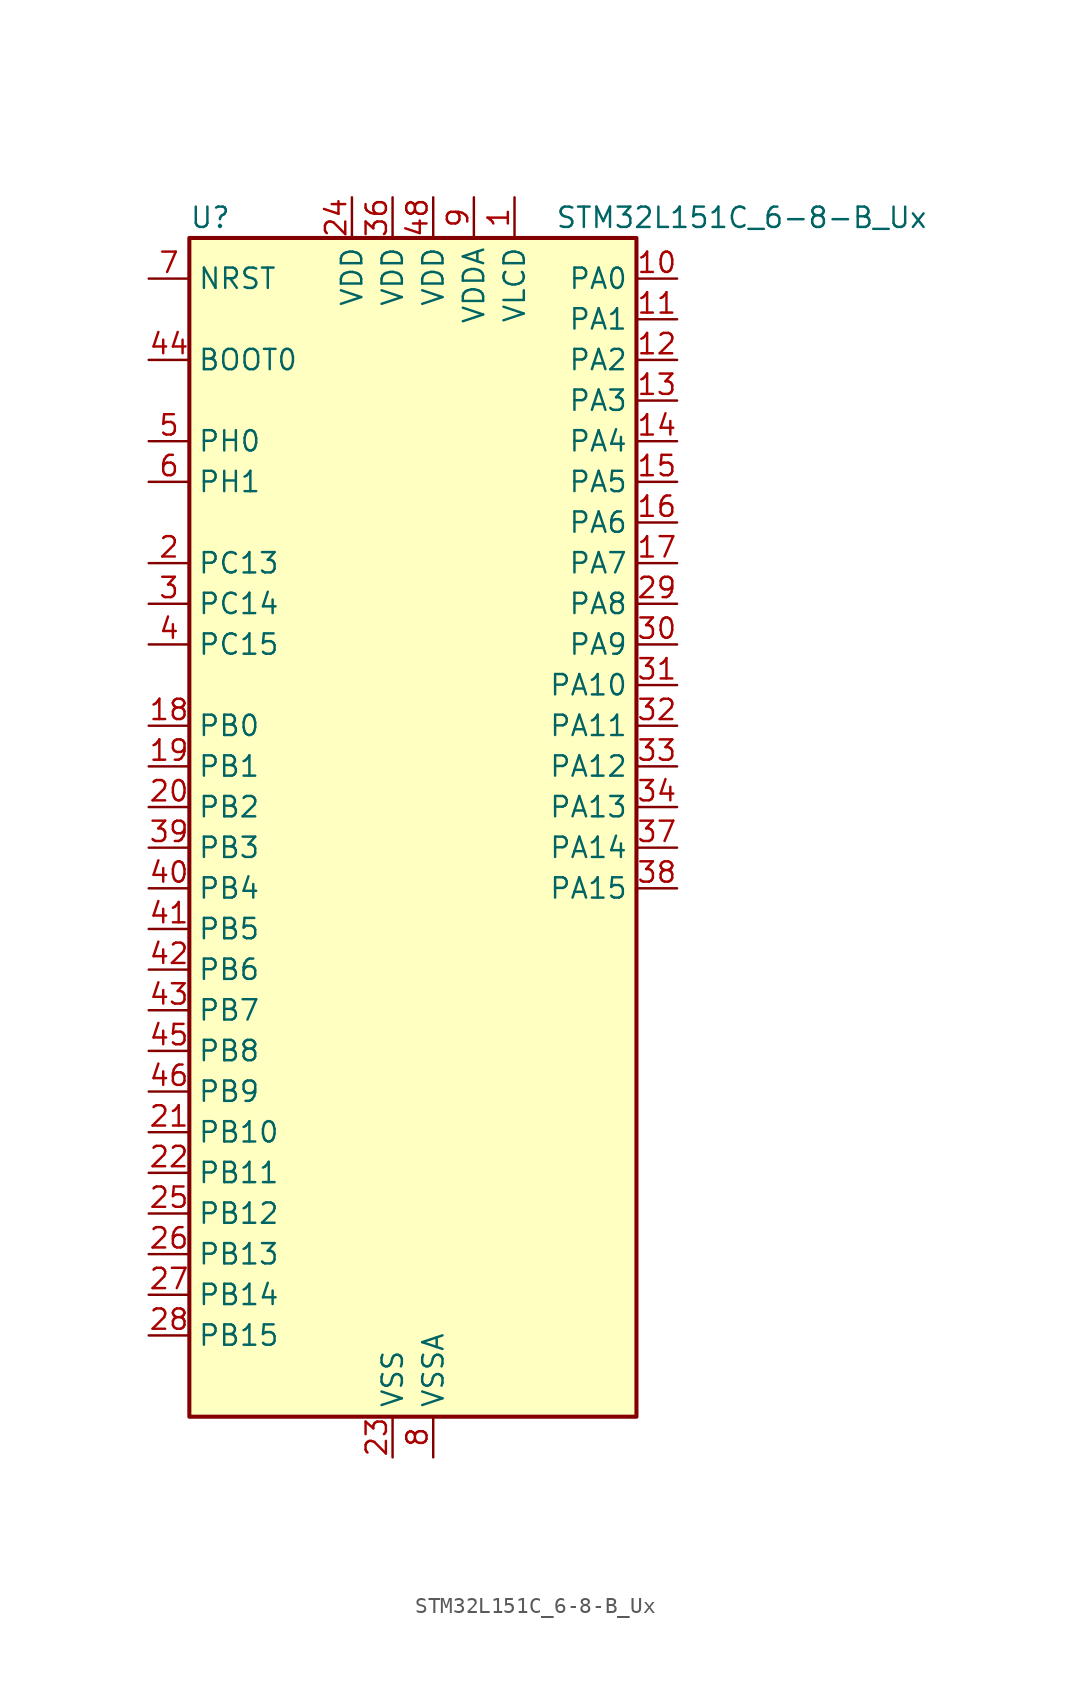
<source format=kicad_sym>
(kicad_symbol_lib
  (version 20231120)
  (generator "kicad_symbol_editor")
  (generator_version "8.0")
  (symbol "STM32L151C_6-8-B_Ux"
    (property "Reference" "U"
      (at -12.7 39.37 0)
      (effects (font (size 1.27 1.27)) (justify left)))
    (property "Value" "STM32L151C_6-8-B_Ux"
      (at 10.16 39.37 0)
      (effects (font (size 1.27 1.27)) (justify left)))
    (property "ki_locked" ""
      (at 0 0 0)
      (effects (font (size 1.27 1.27))))
    (symbol "STM32L151C_6-8-B_Ux_0_1"
      (rectangle (start -12.7 -35.56) (end 15.24 38.1) (stroke (width 0.254) (type default)) (fill (type background))))
    (symbol "STM32L151C_6-8-B_Ux_1_1"
      (pin power_in line (at 7.62 40.64 270) (length 2.54) (name "VLCD" (effects (font (size 1.27 1.27)))) (number "1" (effects (font (size 1.27 1.27)))))
      (pin bidirectional line (at 17.78 35.56 180) (length 2.54) (name "PA0" (effects (font (size 1.27 1.27)))) (number "10" (effects (font (size 1.27 1.27)))) (alternate "ADC_IN0" bidirectional line) (alternate "COMP1_INP" bidirectional line) (alternate "SYS_WKUP1" bidirectional line) (alternate "TIM2_CH1" bidirectional line) (alternate "TIM2_ETR" bidirectional line) (alternate "TIMX_IC1" bidirectional line) (alternate "TS_G1_IO1" bidirectional line) (alternate "USART2_CTS" bidirectional line))
      (pin bidirectional line (at 17.78 33.02 180) (length 2.54) (name "PA1" (effects (font (size 1.27 1.27)))) (number "11" (effects (font (size 1.27 1.27)))) (alternate "ADC_IN1" bidirectional line) (alternate "COMP1_INP" bidirectional line) (alternate "TIM2_CH2" bidirectional line) (alternate "TIMX_IC2" bidirectional line) (alternate "TS_G1_IO2" bidirectional line) (alternate "USART2_RTS" bidirectional line))
      (pin bidirectional line (at 17.78 30.48 180) (length 2.54) (name "PA2" (effects (font (size 1.27 1.27)))) (number "12" (effects (font (size 1.27 1.27)))) (alternate "ADC_IN2" bidirectional line) (alternate "COMP1_INP" bidirectional line) (alternate "TIM2_CH3" bidirectional line) (alternate "TIM9_CH1" bidirectional line) (alternate "TIMX_IC3" bidirectional line) (alternate "TS_G1_IO3" bidirectional line) (alternate "USART2_TX" bidirectional line))
      (pin bidirectional line (at 17.78 27.94 180) (length 2.54) (name "PA3" (effects (font (size 1.27 1.27)))) (number "13" (effects (font (size 1.27 1.27)))) (alternate "ADC_IN3" bidirectional line) (alternate "COMP1_INP" bidirectional line) (alternate "TIM2_CH4" bidirectional line) (alternate "TIM9_CH2" bidirectional line) (alternate "TIMX_IC4" bidirectional line) (alternate "TS_G1_IO4" bidirectional line) (alternate "USART2_RX" bidirectional line))
      (pin bidirectional line (at 17.78 25.4 180) (length 2.54) (name "PA4" (effects (font (size 1.27 1.27)))) (number "14" (effects (font (size 1.27 1.27)))) (alternate "ADC_IN4" bidirectional line) (alternate "COMP1_INP" bidirectional line) (alternate "DAC_OUT1" bidirectional line) (alternate "SPI1_NSS" bidirectional line) (alternate "TIMX_IC1" bidirectional line) (alternate "USART2_CK" bidirectional line))
      (pin bidirectional line (at 17.78 22.86 180) (length 2.54) (name "PA5" (effects (font (size 1.27 1.27)))) (number "15" (effects (font (size 1.27 1.27)))) (alternate "ADC_IN5" bidirectional line) (alternate "COMP1_INP" bidirectional line) (alternate "DAC_OUT2" bidirectional line) (alternate "SPI1_SCK" bidirectional line) (alternate "TIM2_CH1" bidirectional line) (alternate "TIM2_ETR" bidirectional line) (alternate "TIMX_IC2" bidirectional line))
      (pin bidirectional line (at 17.78 20.32 180) (length 2.54) (name "PA6" (effects (font (size 1.27 1.27)))) (number "16" (effects (font (size 1.27 1.27)))) (alternate "ADC_IN6" bidirectional line) (alternate "COMP1_INP" bidirectional line) (alternate "SPI1_MISO" bidirectional line) (alternate "TIM10_CH1" bidirectional line) (alternate "TIM3_CH1" bidirectional line) (alternate "TIMX_IC3" bidirectional line) (alternate "TS_G2_IO1" bidirectional line))
      (pin bidirectional line (at 17.78 17.78 180) (length 2.54) (name "PA7" (effects (font (size 1.27 1.27)))) (number "17" (effects (font (size 1.27 1.27)))) (alternate "ADC_IN7" bidirectional line) (alternate "COMP1_INP" bidirectional line) (alternate "SPI1_MOSI" bidirectional line) (alternate "TIM11_CH1" bidirectional line) (alternate "TIM3_CH2" bidirectional line) (alternate "TIMX_IC4" bidirectional line) (alternate "TS_G2_IO2" bidirectional line))
      (pin bidirectional line (at -15.24 7.62 0) (length 2.54) (name "PB0" (effects (font (size 1.27 1.27)))) (number "18" (effects (font (size 1.27 1.27)))) (alternate "ADC_IN8" bidirectional line) (alternate "COMP1_INP" bidirectional line) (alternate "SYS_V_REF_OUT" bidirectional line) (alternate "TIM3_CH3" bidirectional line) (alternate "TS_G3_IO1" bidirectional line))
      (pin bidirectional line (at -15.24 5.08 0) (length 2.54) (name "PB1" (effects (font (size 1.27 1.27)))) (number "19" (effects (font (size 1.27 1.27)))) (alternate "ADC_IN9" bidirectional line) (alternate "COMP1_INP" bidirectional line) (alternate "SYS_V_REF_OUT" bidirectional line) (alternate "TIM3_CH4" bidirectional line) (alternate "TS_G3_IO2" bidirectional line))
      (pin bidirectional line (at -15.24 17.78 0) (length 2.54) (name "PC13" (effects (font (size 1.27 1.27)))) (number "2" (effects (font (size 1.27 1.27)))) (alternate "RTC_OUT_ALARM" bidirectional line) (alternate "RTC_OUT_CALIB" bidirectional line) (alternate "RTC_TAMP1" bidirectional line) (alternate "RTC_TS" bidirectional line) (alternate "SYS_WKUP2" bidirectional line) (alternate "TIMX_IC2" bidirectional line))
      (pin bidirectional line (at -15.24 2.54 0) (length 2.54) (name "PB2" (effects (font (size 1.27 1.27)))) (number "20" (effects (font (size 1.27 1.27)))))
      (pin bidirectional line (at -15.24 -17.78 0) (length 2.54) (name "PB10" (effects (font (size 1.27 1.27)))) (number "21" (effects (font (size 1.27 1.27)))) (alternate "I2C2_SCL" bidirectional line) (alternate "TIM2_CH3" bidirectional line) (alternate "USART3_TX" bidirectional line))
      (pin bidirectional line (at -15.24 -20.32 0) (length 2.54) (name "PB11" (effects (font (size 1.27 1.27)))) (number "22" (effects (font (size 1.27 1.27)))) (alternate "ADC_EXTI11" bidirectional line) (alternate "I2C2_SDA" bidirectional line) (alternate "TIM2_CH4" bidirectional line) (alternate "USART3_RX" bidirectional line))
      (pin power_in line (at 0 -38.1 90) (length 2.54) (name "VSS" (effects (font (size 1.27 1.27)))) (number "23" (effects (font (size 1.27 1.27)))))
      (pin power_in line (at -2.54 40.64 270) (length 2.54) (name "VDD" (effects (font (size 1.27 1.27)))) (number "24" (effects (font (size 1.27 1.27)))))
      (pin bidirectional line (at -15.24 -22.86 0) (length 2.54) (name "PB12" (effects (font (size 1.27 1.27)))) (number "25" (effects (font (size 1.27 1.27)))) (alternate "ADC_IN18" bidirectional line) (alternate "COMP1_INP" bidirectional line) (alternate "I2C2_SMBA" bidirectional line) (alternate "SPI2_NSS" bidirectional line) (alternate "TIM10_CH1" bidirectional line) (alternate "TS_G7_IO1" bidirectional line) (alternate "USART3_CK" bidirectional line))
      (pin bidirectional line (at -15.24 -25.4 0) (length 2.54) (name "PB13" (effects (font (size 1.27 1.27)))) (number "26" (effects (font (size 1.27 1.27)))) (alternate "ADC_IN19" bidirectional line) (alternate "COMP1_INP" bidirectional line) (alternate "SPI2_SCK" bidirectional line) (alternate "TIM9_CH1" bidirectional line) (alternate "TS_G7_IO2" bidirectional line) (alternate "USART3_CTS" bidirectional line))
      (pin bidirectional line (at -15.24 -27.94 0) (length 2.54) (name "PB14" (effects (font (size 1.27 1.27)))) (number "27" (effects (font (size 1.27 1.27)))) (alternate "ADC_IN20" bidirectional line) (alternate "COMP1_INP" bidirectional line) (alternate "SPI2_MISO" bidirectional line) (alternate "TIM9_CH2" bidirectional line) (alternate "TS_G7_IO3" bidirectional line) (alternate "USART3_RTS" bidirectional line))
      (pin bidirectional line (at -15.24 -30.48 0) (length 2.54) (name "PB15" (effects (font (size 1.27 1.27)))) (number "28" (effects (font (size 1.27 1.27)))) (alternate "ADC_EXTI15" bidirectional line) (alternate "ADC_IN21" bidirectional line) (alternate "COMP1_INP" bidirectional line) (alternate "RTC_REFIN" bidirectional line) (alternate "SPI2_MOSI" bidirectional line) (alternate "TIM11_CH1" bidirectional line) (alternate "TS_G7_IO4" bidirectional line))
      (pin bidirectional line (at 17.78 15.24 180) (length 2.54) (name "PA8" (effects (font (size 1.27 1.27)))) (number "29" (effects (font (size 1.27 1.27)))) (alternate "RCC_MCO" bidirectional line) (alternate "TIMX_IC1" bidirectional line) (alternate "TS_G4_IO1" bidirectional line) (alternate "USART1_CK" bidirectional line))
      (pin bidirectional line (at -15.24 15.24 0) (length 2.54) (name "PC14" (effects (font (size 1.27 1.27)))) (number "3" (effects (font (size 1.27 1.27)))) (alternate "RCC_OSC32_IN" bidirectional line) (alternate "TIMX_IC3" bidirectional line))
      (pin bidirectional line (at 17.78 12.7 180) (length 2.54) (name "PA9" (effects (font (size 1.27 1.27)))) (number "30" (effects (font (size 1.27 1.27)))) (alternate "DAC_EXTI9" bidirectional line) (alternate "TIMX_IC2" bidirectional line) (alternate "TS_G4_IO2" bidirectional line) (alternate "USART1_TX" bidirectional line))
      (pin bidirectional line (at 17.78 10.16 180) (length 2.54) (name "PA10" (effects (font (size 1.27 1.27)))) (number "31" (effects (font (size 1.27 1.27)))) (alternate "TIMX_IC3" bidirectional line) (alternate "TS_G4_IO3" bidirectional line) (alternate "USART1_RX" bidirectional line))
      (pin bidirectional line (at 17.78 7.62 180) (length 2.54) (name "PA11" (effects (font (size 1.27 1.27)))) (number "32" (effects (font (size 1.27 1.27)))) (alternate "ADC_EXTI11" bidirectional line) (alternate "SPI1_MISO" bidirectional line) (alternate "TIMX_IC4" bidirectional line) (alternate "USART1_CTS" bidirectional line) (alternate "USB_DM" bidirectional line))
      (pin bidirectional line (at 17.78 5.08 180) (length 2.54) (name "PA12" (effects (font (size 1.27 1.27)))) (number "33" (effects (font (size 1.27 1.27)))) (alternate "SPI1_MOSI" bidirectional line) (alternate "TIMX_IC1" bidirectional line) (alternate "USART1_RTS" bidirectional line) (alternate "USB_DP" bidirectional line))
      (pin bidirectional line (at 17.78 2.54 180) (length 2.54) (name "PA13" (effects (font (size 1.27 1.27)))) (number "34" (effects (font (size 1.27 1.27)))) (alternate "SYS_JTMS-SWDIO" bidirectional line) (alternate "TIMX_IC2" bidirectional line) (alternate "TS_G5_IO1" bidirectional line))
      (pin passive line (at 0 -38.1 90) (length 2.54) hide (name "VSS" (effects (font (size 1.27 1.27)))) (number "35" (effects (font (size 1.27 1.27)))))
      (pin power_in line (at 0 40.64 270) (length 2.54) (name "VDD" (effects (font (size 1.27 1.27)))) (number "36" (effects (font (size 1.27 1.27)))))
      (pin bidirectional line (at 17.78 0 180) (length 2.54) (name "PA14" (effects (font (size 1.27 1.27)))) (number "37" (effects (font (size 1.27 1.27)))) (alternate "SYS_JTCK-SWCLK" bidirectional line) (alternate "TIMX_IC3" bidirectional line) (alternate "TS_G5_IO2" bidirectional line))
      (pin bidirectional line (at 17.78 -2.54 180) (length 2.54) (name "PA15" (effects (font (size 1.27 1.27)))) (number "38" (effects (font (size 1.27 1.27)))) (alternate "ADC_EXTI15" bidirectional line) (alternate "SPI1_NSS" bidirectional line) (alternate "SYS_JTDI" bidirectional line) (alternate "TIM2_CH1" bidirectional line) (alternate "TIM2_ETR" bidirectional line) (alternate "TIMX_IC4" bidirectional line) (alternate "TS_G5_IO3" bidirectional line))
      (pin bidirectional line (at -15.24 0 0) (length 2.54) (name "PB3" (effects (font (size 1.27 1.27)))) (number "39" (effects (font (size 1.27 1.27)))) (alternate "COMP2_INM" bidirectional line) (alternate "SPI1_SCK" bidirectional line) (alternate "SYS_JTDO-TRACESWO" bidirectional line) (alternate "TIM2_CH2" bidirectional line))
      (pin bidirectional line (at -15.24 12.7 0) (length 2.54) (name "PC15" (effects (font (size 1.27 1.27)))) (number "4" (effects (font (size 1.27 1.27)))) (alternate "ADC_EXTI15" bidirectional line) (alternate "RCC_OSC32_OUT" bidirectional line) (alternate "TIMX_IC4" bidirectional line))
      (pin bidirectional line (at -15.24 -2.54 0) (length 2.54) (name "PB4" (effects (font (size 1.27 1.27)))) (number "40" (effects (font (size 1.27 1.27)))) (alternate "COMP2_INP" bidirectional line) (alternate "SPI1_MISO" bidirectional line) (alternate "SYS_JTRST" bidirectional line) (alternate "TIM3_CH1" bidirectional line) (alternate "TS_G6_IO1" bidirectional line))
      (pin bidirectional line (at -15.24 -5.08 0) (length 2.54) (name "PB5" (effects (font (size 1.27 1.27)))) (number "41" (effects (font (size 1.27 1.27)))) (alternate "COMP2_INP" bidirectional line) (alternate "I2C1_SMBA" bidirectional line) (alternate "SPI1_MOSI" bidirectional line) (alternate "TIM3_CH2" bidirectional line) (alternate "TS_G6_IO2" bidirectional line))
      (pin bidirectional line (at -15.24 -7.62 0) (length 2.54) (name "PB6" (effects (font (size 1.27 1.27)))) (number "42" (effects (font (size 1.27 1.27)))) (alternate "I2C1_SCL" bidirectional line) (alternate "TIM4_CH1" bidirectional line) (alternate "USART1_TX" bidirectional line))
      (pin bidirectional line (at -15.24 -10.16 0) (length 2.54) (name "PB7" (effects (font (size 1.27 1.27)))) (number "43" (effects (font (size 1.27 1.27)))) (alternate "I2C1_SDA" bidirectional line) (alternate "SYS_PVD_IN" bidirectional line) (alternate "TIM4_CH2" bidirectional line) (alternate "USART1_RX" bidirectional line))
      (pin input line (at -15.24 30.48 0) (length 2.54) (name "BOOT0" (effects (font (size 1.27 1.27)))) (number "44" (effects (font (size 1.27 1.27)))))
      (pin bidirectional line (at -15.24 -12.7 0) (length 2.54) (name "PB8" (effects (font (size 1.27 1.27)))) (number "45" (effects (font (size 1.27 1.27)))) (alternate "I2C1_SCL" bidirectional line) (alternate "TIM10_CH1" bidirectional line) (alternate "TIM4_CH3" bidirectional line))
      (pin bidirectional line (at -15.24 -15.24 0) (length 2.54) (name "PB9" (effects (font (size 1.27 1.27)))) (number "46" (effects (font (size 1.27 1.27)))) (alternate "DAC_EXTI9" bidirectional line) (alternate "I2C1_SDA" bidirectional line) (alternate "TIM11_CH1" bidirectional line) (alternate "TIM4_CH4" bidirectional line))
      (pin passive line (at 0 -38.1 90) (length 2.54) hide (name "VSS" (effects (font (size 1.27 1.27)))) (number "47" (effects (font (size 1.27 1.27)))))
      (pin power_in line (at 2.54 40.64 270) (length 2.54) (name "VDD" (effects (font (size 1.27 1.27)))) (number "48" (effects (font (size 1.27 1.27)))))
      (pin passive line (at 0 -38.1 90) (length 2.54) hide (name "VSS" (effects (font (size 1.27 1.27)))) (number "49" (effects (font (size 1.27 1.27)))))
      (pin bidirectional line (at -15.24 25.4 0) (length 2.54) (name "PH0" (effects (font (size 1.27 1.27)))) (number "5" (effects (font (size 1.27 1.27)))) (alternate "RCC_OSC_IN" bidirectional line))
      (pin bidirectional line (at -15.24 22.86 0) (length 2.54) (name "PH1" (effects (font (size 1.27 1.27)))) (number "6" (effects (font (size 1.27 1.27)))) (alternate "RCC_OSC_OUT" bidirectional line))
      (pin input line (at -15.24 35.56 0) (length 2.54) (name "NRST" (effects (font (size 1.27 1.27)))) (number "7" (effects (font (size 1.27 1.27)))))
      (pin power_in line (at 2.54 -38.1 90) (length 2.54) (name "VSSA" (effects (font (size 1.27 1.27)))) (number "8" (effects (font (size 1.27 1.27)))))
      (pin power_in line (at 5.08 40.64 270) (length 2.54) (name "VDDA" (effects (font (size 1.27 1.27)))) (number "9" (effects (font (size 1.27 1.27))))))))
</source>
